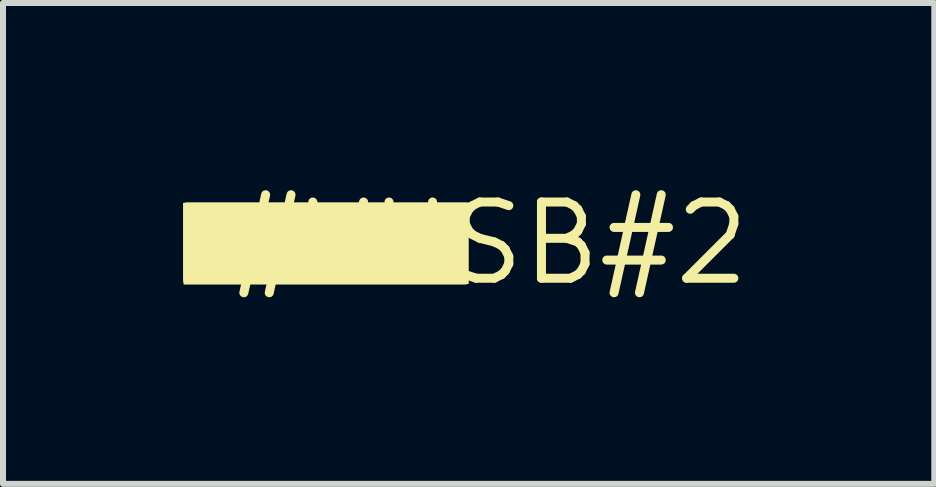
<source format=kicad_pcb>
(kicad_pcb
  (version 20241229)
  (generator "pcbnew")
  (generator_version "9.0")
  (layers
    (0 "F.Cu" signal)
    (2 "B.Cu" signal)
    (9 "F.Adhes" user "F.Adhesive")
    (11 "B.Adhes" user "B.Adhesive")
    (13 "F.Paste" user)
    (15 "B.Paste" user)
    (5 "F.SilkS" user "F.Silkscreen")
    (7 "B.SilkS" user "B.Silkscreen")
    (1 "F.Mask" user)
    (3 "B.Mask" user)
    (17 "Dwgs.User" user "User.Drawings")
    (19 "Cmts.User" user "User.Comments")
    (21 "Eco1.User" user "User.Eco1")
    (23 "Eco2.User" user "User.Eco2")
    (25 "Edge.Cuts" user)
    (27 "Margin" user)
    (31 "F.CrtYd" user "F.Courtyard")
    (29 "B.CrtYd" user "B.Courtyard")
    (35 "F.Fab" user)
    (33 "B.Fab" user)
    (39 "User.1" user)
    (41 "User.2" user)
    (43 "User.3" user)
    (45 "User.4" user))
  (footprint "#VUSB#2"
    (layer "F.Cu")
    (at 5.095 1.006)
    (property "Reference" "#VUSB#2" (at 0 0 0) (layer "F.SilkS") (effects (font (size 1.27 1.27) (thickness 0.15))))
    (fp_poly (pts (xy -0.335 0.674) (xy -0.4 0.685) (xy -5.084 0.685) (xy -5.095 0.62) (xy -5.095 -0.674) (xy -5.03 -0.685) (xy -0.335 -0.685)) (stroke (width 0) (type solid)) (fill yes) (layer "F.SilkS")))
  (gr_rect
    (start -3 -3)
    (end 12.517 5.012)
    (stroke (width 0.1) (type default))
    (fill no)
    (layer "Edge.Cuts")))
</source>
